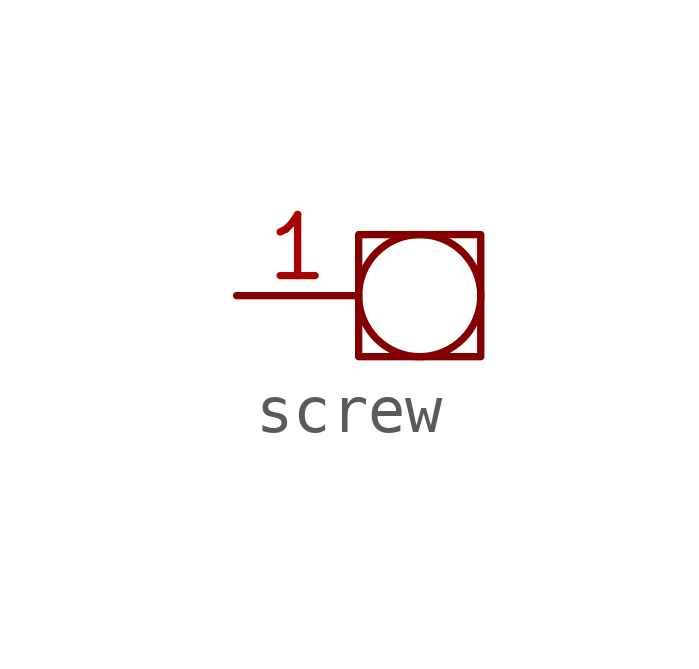
<source format=kicad_sym>
(kicad_symbol_lib
  (version 20241209)
  (generator "kicad_symbol_editor")
  (generator_version "9.0")
  (symbol "screw"
    (property "Reference" "U"
      (at 0 0 0)
      (effects (font (size 1.27 1.27)) (hide yes)))
    (property "Value" ""
      (at 0 0 0)
      (effects (font (size 1.27 1.27))))
    (symbol "screw_0_1"
      (rectangle (start -1.27 1.27) (end 1.27 -1.27) (stroke (width 0) (type default)) (fill (type none)))
      (circle (center 0 0) (radius 1.27) (stroke (width 0) (type default)) (fill (type none))))
    (symbol "screw_1_1"
      (pin input line (at -3.81 0 0) (length 2.54) (name "" (effects (font (size 1.27 1.27)))) (number "1" (effects (font (size 1.27 1.27))))))))
</source>
